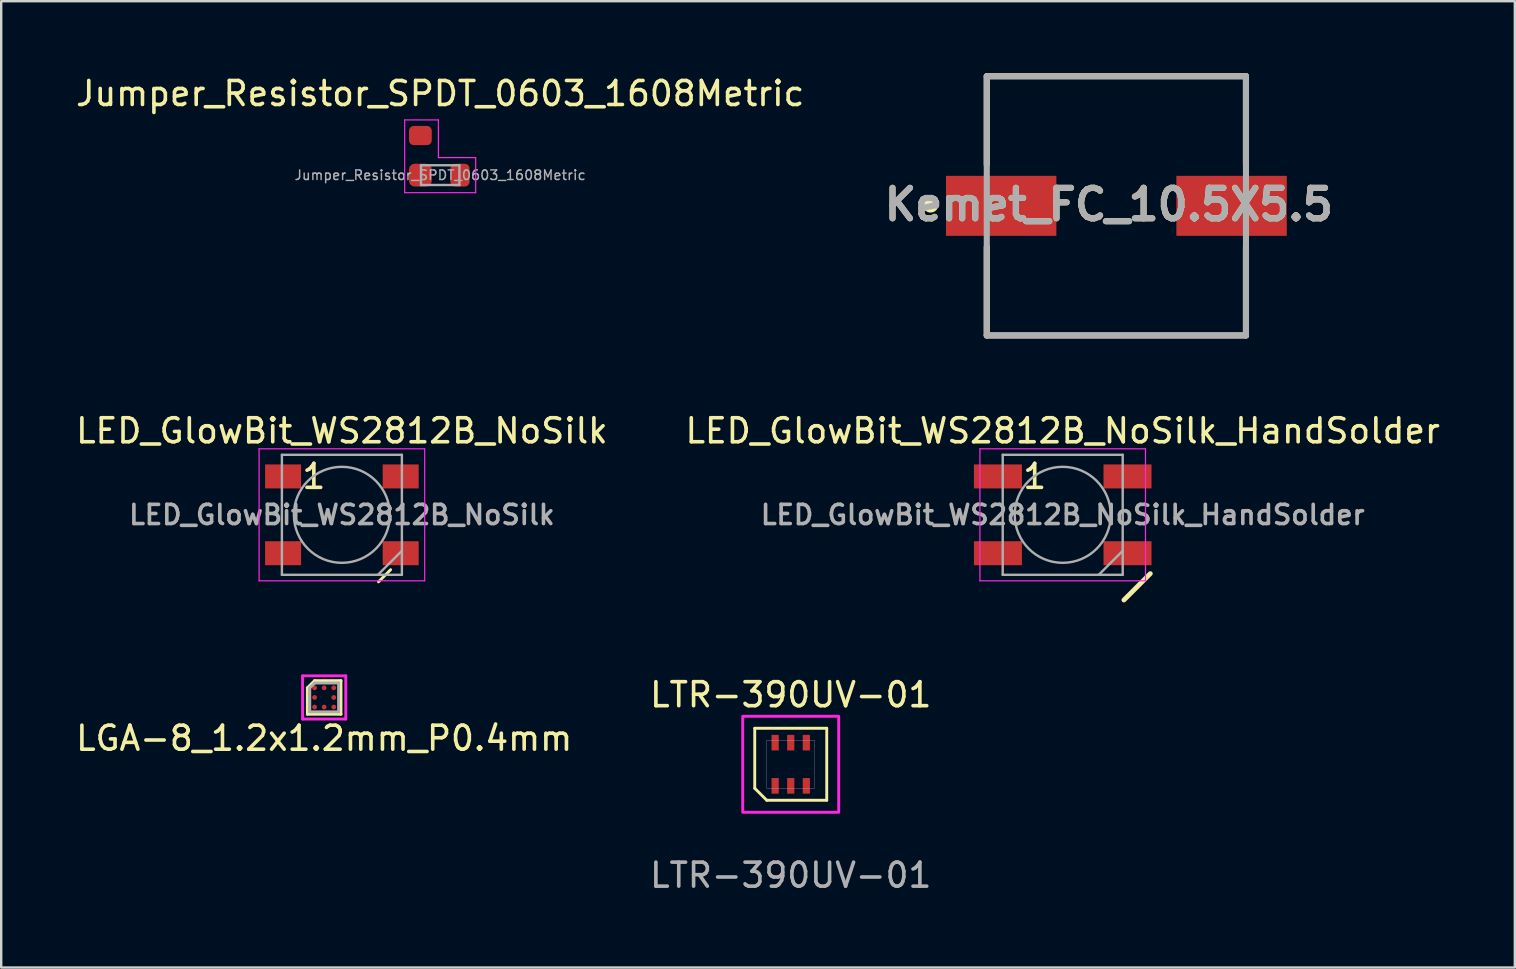
<source format=kicad_pcb>
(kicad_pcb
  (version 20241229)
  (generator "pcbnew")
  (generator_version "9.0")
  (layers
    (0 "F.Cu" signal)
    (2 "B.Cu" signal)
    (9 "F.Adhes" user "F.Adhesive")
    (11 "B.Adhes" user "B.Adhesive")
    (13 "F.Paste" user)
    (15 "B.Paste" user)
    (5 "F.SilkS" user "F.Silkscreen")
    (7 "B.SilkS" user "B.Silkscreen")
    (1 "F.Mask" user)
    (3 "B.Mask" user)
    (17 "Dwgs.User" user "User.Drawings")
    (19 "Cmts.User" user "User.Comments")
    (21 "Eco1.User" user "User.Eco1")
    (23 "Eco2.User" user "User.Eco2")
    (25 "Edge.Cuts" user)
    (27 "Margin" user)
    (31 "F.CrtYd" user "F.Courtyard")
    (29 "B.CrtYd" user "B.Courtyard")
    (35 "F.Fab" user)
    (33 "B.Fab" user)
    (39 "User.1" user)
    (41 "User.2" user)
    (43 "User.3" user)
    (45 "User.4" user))
  (footprint "Jumper_Resistor_SPDT_0603_1608Metric"
    (layer "F.Cu")
    (at 15.292 4.248)
    (property "Reference" "Jumper_Resistor_SPDT_0603_1608Metric" (at 0 -3.4 0) (layer "F.SilkS") (effects (font (size 1 1) (thickness 0.15))))
    (attr smd)
    (fp_line (start -1.48 0.73) (end -1.48 -2.3) (stroke (width 0.05) (type solid)) (layer "F.CrtYd"))
    (fp_line (start -0.075 -2.3) (end -1.48 -2.3) (stroke (width 0.05) (type solid)) (layer "F.CrtYd"))
    (fp_line (start -0.075 -0.73) (end -0.075 -2.3) (stroke (width 0.05) (type solid)) (layer "F.CrtYd"))
    (fp_line (start -0.075 -0.73) (end 1.48 -0.73) (stroke (width 0.05) (type solid)) (layer "F.CrtYd"))
    (fp_line (start 1.48 -0.73) (end 1.48 0.73) (stroke (width 0.05) (type solid)) (layer "F.CrtYd"))
    (fp_line (start 1.48 0.73) (end -1.48 0.73) (stroke (width 0.05) (type solid)) (layer "F.CrtYd"))
    (fp_line (start -0.8 -0.412) (end 0.8 -0.412) (stroke (width 0.1) (type solid)) (layer "F.Fab"))
    (fp_line (start -0.8 0.412) (end -0.8 -0.412) (stroke (width 0.1) (type solid)) (layer "F.Fab"))
    (fp_line (start 0.8 -0.412) (end 0.8 0.412) (stroke (width 0.1) (type solid)) (layer "F.Fab"))
    (fp_line (start 0.8 0.412) (end -0.8 0.412) (stroke (width 0.1) (type solid)) (layer "F.Fab"))
    (fp_text user "${REFERENCE}" (at 0 0 0) (layer "F.Fab") (effects (font (size 0.4 0.4) (thickness 0.06))))
    (pad "1" smd roundrect (at 0.825 0) (size 0.8 0.95) (layers "F.Cu" "F.Mask" "F.Paste") (roundrect_rratio 0.25))
    (pad "2" smd roundrect (at -0.825 0) (size 0.95 0.95) (layers "F.Cu" "F.Mask" "F.Paste") (roundrect_rratio 0.25))
    (pad "3" smd roundrect (at -0.825 -1.65 90) (size 0.8 0.95) (layers "F.Cu" "F.Mask" "F.Paste") (roundrect_rratio 0.25)))
  (footprint "LED_GlowBit_WS2812B_NoSilk_HandSolder"
    (layer "F.Cu")
    (at 41.232 18.402)
    (property "Reference" "LED_GlowBit_WS2812B_NoSilk_HandSolder" (at 0 -3.5 0) (layer "F.SilkS") (effects (font (size 1 1) (thickness 0.15))))
    (attr smd)
    (fp_line (start 2.55 3.55) (end 3.65 2.45) (stroke (width 0.2) (type solid)) (layer "F.SilkS"))
    (fp_line (start -3.45 -2.75) (end -3.45 2.75) (stroke (width 0.05) (type solid)) (layer "F.CrtYd"))
    (fp_line (start -3.45 2.75) (end 3.45 2.75) (stroke (width 0.05) (type solid)) (layer "F.CrtYd"))
    (fp_line (start 3.45 -2.75) (end -3.45 -2.75) (stroke (width 0.05) (type solid)) (layer "F.CrtYd"))
    (fp_line (start 3.45 2.75) (end 3.45 -2.75) (stroke (width 0.05) (type solid)) (layer "F.CrtYd"))
    (fp_line (start -2.5 -2.5) (end -2.5 2.5) (stroke (width 0.1) (type solid)) (layer "F.Fab"))
    (fp_line (start -2.5 2.5) (end 2.5 2.5) (stroke (width 0.1) (type solid)) (layer "F.Fab"))
    (fp_line (start 2.5 -2.5) (end -2.5 -2.5) (stroke (width 0.1) (type solid)) (layer "F.Fab"))
    (fp_line (start 2.5 1.5) (end 1.5 2.5) (stroke (width 0.1) (type solid)) (layer "F.Fab"))
    (fp_line (start 2.5 2.5) (end 2.5 -2.5) (stroke (width 0.1) (type solid)) (layer "F.Fab"))
    (fp_circle (center 0 0) (end 0 -2) (stroke (width 0.1) (type solid)) (fill no) (layer "F.Fab"))
    (fp_text user "1" (at -1.168 -1.6 0) (layer "F.SilkS") (effects (font (size 1 1) (thickness 0.15))))
    (fp_text user "${REFERENCE}" (at 0 0 0) (layer "F.Fab") (effects (font (size 0.8 0.8) (thickness 0.15))))
    (pad "1" smd rect (at -2.7 -1.6) (size 2 1) (layers "F.Cu" "F.Mask" "F.Paste"))
    (pad "2" smd rect (at -2.7 1.6) (size 2 1) (layers "F.Cu" "F.Mask" "F.Paste"))
    (pad "3" smd rect (at 2.7 1.6) (size 2 1) (layers "F.Cu" "F.Mask" "F.Paste"))
    (pad "4" smd rect (at 2.7 -1.6) (size 2 1) (layers "F.Cu" "F.Mask" "F.Paste")))
  (footprint "LTR-390UV-01"
    (layer "F.Cu")
    (at 29.899 28.796)
    (property "Reference" "LTR-390UV-01" (at 0 -2.896 0) (unlocked yes) (layer "F.SilkS") (effects (font (size 1 1) (thickness 0.15))))
    (attr smd)
    (fp_line (start -1.5 -1.5) (end 1.5 -1.5) (stroke (width 0.12) (type solid)) (layer "F.SilkS"))
    (fp_line (start -1.5 1) (end -1.5 -1.5) (stroke (width 0.12) (type solid)) (layer "F.SilkS"))
    (fp_line (start -1 1.5) (end -1.5 1) (stroke (width 0.12) (type solid)) (layer "F.SilkS"))
    (fp_line (start 1.5 -1.5) (end 1.5 1.5) (stroke (width 0.12) (type solid)) (layer "F.SilkS"))
    (fp_line (start 1.5 1.5) (end -1 1.5) (stroke (width 0.12) (type solid)) (layer "F.SilkS"))
    (fp_rect (start -1 -1) (end 1 1) (stroke (width 0.01) (type solid)) (fill no) (layer "Dwgs.User"))
    (fp_rect (start -2 -2) (end 2 2) (stroke (width 0.12) (type solid)) (fill no) (layer "F.CrtYd"))
    (fp_text user "${REFERENCE}" (at 0 4.623 0) (unlocked yes) (layer "F.Fab") (effects (font (size 1 1) (thickness 0.15))))
    (pad "1" smd rect (at -0.65 0.9) (size 0.3 0.65) (layers "F.Cu" "F.Mask" "F.Paste"))
    (pad "2" smd rect (at 0 0.9) (size 0.3 0.65) (layers "F.Cu" "F.Mask" "F.Paste"))
    (pad "3" smd rect (at 0.65 0.9) (size 0.3 0.65) (layers "F.Cu" "F.Mask" "F.Paste"))
    (pad "4" smd rect (at 0.65 -0.9) (size 0.3 0.65) (layers "F.Cu" "F.Mask" "F.Paste"))
    (pad "5" smd rect (at 0 -0.9) (size 0.3 0.65) (layers "F.Cu" "F.Mask" "F.Paste"))
    (pad "6" smd rect (at -0.65 -0.9) (size 0.3 0.65) (layers "F.Cu" "F.Mask" "F.Paste")))
  (footprint "Kemet_FC_10.5X5.5"
    (layer "F.Cu")
    (at 43.468 5.527)
    (property "Reference" "Kemet_FC_10.5X5.5" (at -0.317 -0.055 0) (layer "F.SilkS") (effects (font (size 1.27 1.27) (thickness 0.254))))
    (attr smd)
    (fp_line (start -5.4 -5.4) (end -5.4 -1.714) (stroke (width 0.254) (type solid)) (layer "F.SilkS"))
    (fp_line (start -5.4 -5.4) (end 5.4 -5.4) (stroke (width 0.254) (type solid)) (layer "F.SilkS"))
    (fp_line (start -5.4 5.4) (end -5.4 1.714) (stroke (width 0.254) (type solid)) (layer "F.SilkS"))
    (fp_line (start 5.4 -5.4) (end 5.4 -1.714) (stroke (width 0.254) (type solid)) (layer "F.SilkS"))
    (fp_line (start 5.4 5.4) (end -5.4 5.4) (stroke (width 0.254) (type solid)) (layer "F.SilkS"))
    (fp_line (start 5.4 5.4) (end 5.4 1.714) (stroke (width 0.254) (type solid)) (layer "F.SilkS"))
    (fp_circle (center -7.739 -0.042) (end -7.739 0.026) (stroke (width 0.254) (type solid)) (fill no) (layer "F.SilkS"))
    (fp_line (start -5.4 -5.4) (end 5.4 -5.4) (stroke (width 0.254) (type solid)) (layer "F.Fab"))
    (fp_line (start -5.4 5.4) (end -5.4 -5.4) (stroke (width 0.254) (type solid)) (layer "F.Fab"))
    (fp_line (start 5.4 -5.4) (end 5.4 5.4) (stroke (width 0.254) (type solid)) (layer "F.Fab"))
    (fp_line (start 5.4 5.4) (end -5.4 5.4) (stroke (width 0.254) (type solid)) (layer "F.Fab"))
    (fp_text user "${REFERENCE}" (at -0.317 -0.055 0) (layer "F.Fab") (effects (font (size 1.27 1.27) (thickness 0.254))))
    (pad "1" smd rect (at -4.8 0 90) (size 2.5 4.6) (layers "F.Cu" "F.Mask" "F.Paste"))
    (pad "2" smd rect (at 4.8 0 90) (size 2.5 4.6) (layers "F.Cu" "F.Mask" "F.Paste")))
  (footprint "LED_GlowBit_WS2812B_NoSilk"
    (layer "F.Cu")
    (at 11.196 18.402)
    (property "Reference" "LED_GlowBit_WS2812B_NoSilk" (at 0 -3.5 0) (layer "F.SilkS") (effects (font (size 1 1) (thickness 0.15))))
    (attr smd)
    (fp_line (start 1.524 2.794) (end 2.032 2.286) (stroke (width 0.12) (type solid)) (layer "F.SilkS"))
    (fp_line (start -3.45 -2.75) (end -3.45 2.75) (stroke (width 0.05) (type solid)) (layer "F.CrtYd"))
    (fp_line (start -3.45 2.75) (end 3.45 2.75) (stroke (width 0.05) (type solid)) (layer "F.CrtYd"))
    (fp_line (start 3.45 -2.75) (end -3.45 -2.75) (stroke (width 0.05) (type solid)) (layer "F.CrtYd"))
    (fp_line (start 3.45 2.75) (end 3.45 -2.75) (stroke (width 0.05) (type solid)) (layer "F.CrtYd"))
    (fp_line (start -2.5 -2.5) (end -2.5 2.5) (stroke (width 0.1) (type solid)) (layer "F.Fab"))
    (fp_line (start -2.5 2.5) (end 2.5 2.5) (stroke (width 0.1) (type solid)) (layer "F.Fab"))
    (fp_line (start 2.5 -2.5) (end -2.5 -2.5) (stroke (width 0.1) (type solid)) (layer "F.Fab"))
    (fp_line (start 2.5 1.5) (end 1.5 2.5) (stroke (width 0.1) (type solid)) (layer "F.Fab"))
    (fp_line (start 2.5 2.5) (end 2.5 -2.5) (stroke (width 0.1) (type solid)) (layer "F.Fab"))
    (fp_circle (center 0 0) (end 0 -2) (stroke (width 0.1) (type solid)) (fill no) (layer "F.Fab"))
    (fp_text user "1" (at -1.168 -1.6 0) (layer "F.SilkS") (effects (font (size 1 1) (thickness 0.15))))
    (fp_text user "${REFERENCE}" (at 0 0 0) (layer "F.Fab") (effects (font (size 0.8 0.8) (thickness 0.15))))
    (pad "1" smd rect (at -2.45 -1.6) (size 1.5 1) (layers "F.Cu" "F.Mask" "F.Paste"))
    (pad "2" smd rect (at -2.45 1.6) (size 1.5 1) (layers "F.Cu" "F.Mask" "F.Paste"))
    (pad "3" smd rect (at 2.45 1.6) (size 1.5 1) (layers "F.Cu" "F.Mask" "F.Paste"))
    (pad "4" smd rect (at 2.45 -1.6) (size 1.5 1) (layers "F.Cu" "F.Mask" "F.Paste")))
  (footprint "LGA-8_1.2x1.2mm_P0.4mm"
    (layer "F.Cu")
    (at 10.458 26.012)
    (property "Reference" "LGA-8_1.2x1.2mm_P0.4mm" (at 0 1.7 0) (layer "F.SilkS") (effects (font (size 1 1) (thickness 0.15))))
    (attr smd)
    (fp_line (start -0.7 0.7) (end -0.7 -0.4) (stroke (width 0.12) (type solid)) (layer "F.SilkS"))
    (fp_line (start -0.4 -0.7) (end -0.7 -0.4) (stroke (width 0.12) (type solid)) (layer "F.SilkS"))
    (fp_line (start -0.4 -0.7) (end 0.7 -0.7) (stroke (width 0.12) (type solid)) (layer "F.SilkS"))
    (fp_line (start 0.7 -0.7) (end 0.7 0.7) (stroke (width 0.12) (type solid)) (layer "F.SilkS"))
    (fp_line (start 0.7 0.7) (end -0.7 0.7) (stroke (width 0.12) (type solid)) (layer "F.SilkS"))
    (fp_line (start -0.9 -0.9) (end 0.9 -0.9) (stroke (width 0.12) (type solid)) (layer "F.CrtYd"))
    (fp_line (start -0.9 0.9) (end -0.9 -0.9) (stroke (width 0.12) (type solid)) (layer "F.CrtYd"))
    (fp_line (start 0.9 -0.9) (end 0.9 0.9) (stroke (width 0.12) (type solid)) (layer "F.CrtYd"))
    (fp_line (start 0.9 0.9) (end -0.9 0.9) (stroke (width 0.12) (type solid)) (layer "F.CrtYd"))
    (fp_line (start -0.6 -0.4) (end -0.4 -0.6) (stroke (width 0.12) (type solid)) (layer "F.Fab"))
    (fp_line (start -0.6 0.6) (end -0.6 -0.4) (stroke (width 0.12) (type solid)) (layer "F.Fab"))
    (fp_line (start -0.4 -0.6) (end 0.6 -0.6) (stroke (width 0.12) (type solid)) (layer "F.Fab"))
    (fp_line (start 0.6 -0.6) (end 0.6 0.6) (stroke (width 0.12) (type solid)) (layer "F.Fab"))
    (fp_line (start 0.6 0.6) (end -0.6 0.6) (stroke (width 0.12) (type solid)) (layer "F.Fab"))
    (pad "A1" smd circle (at -0.4 -0.4) (size 0.2 0.2) (layers "F.Cu" "F.Mask" "F.Paste"))
    (pad "A2" smd circle (at 0 -0.4) (size 0.2 0.2) (layers "F.Cu" "F.Mask" "F.Paste"))
    (pad "A3" smd circle (at 0.4 -0.4) (size 0.2 0.2) (layers "F.Cu" "F.Mask" "F.Paste"))
    (pad "B1" smd circle (at -0.4 0) (size 0.2 0.2) (layers "F.Cu" "F.Mask" "F.Paste"))
    (pad "B3" smd circle (at 0.4 0) (size 0.2 0.2) (layers "F.Cu" "F.Mask" "F.Paste"))
    (pad "C1" smd circle (at -0.4 0.4) (size 0.2 0.2) (layers "F.Cu" "F.Mask" "F.Paste"))
    (pad "C2" smd circle (at 0 0.4) (size 0.2 0.2) (layers "F.Cu" "F.Mask" "F.Paste"))
    (pad "C3" smd circle (at 0.4 0.4) (size 0.2 0.2) (layers "F.Cu" "F.Mask" "F.Paste")))
  (gr_rect
    (start -3 -3)
    (end 60.071 37.267)
    (stroke (width 0.1) (type default))
    (fill no)
    (layer "Edge.Cuts")))
</source>
